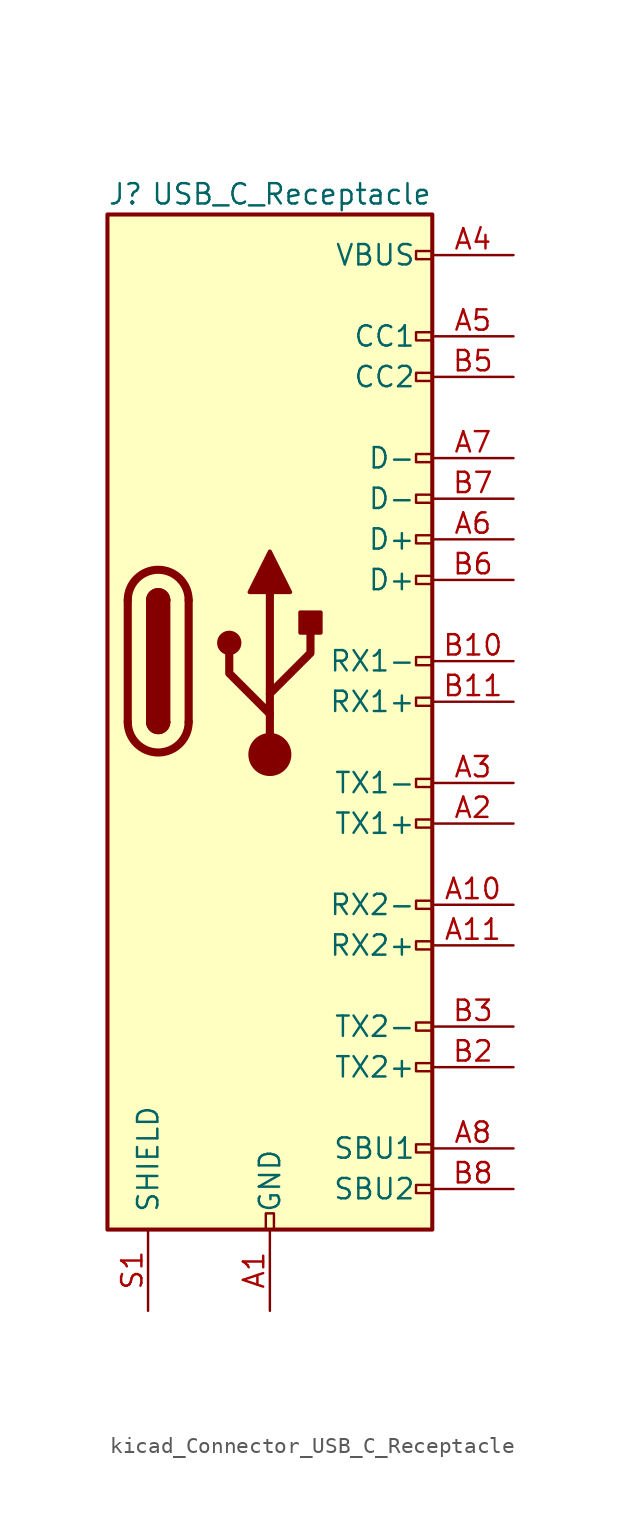
<source format=kicad_sym>
(kicad_symbol_lib
  (version 20220914)
  (generator kicad_symbol_editor)
  (symbol "kicad_Connector_USB_C_Receptacle"
    (pin_names
      (offset 1.016))
    (property "Reference" "J"
      (at -10.16 29.21 0)
      (effects (font (size 1.27 1.27)) (justify left)))
    (property "Value" "USB_C_Receptacle"
      (at 10.16 29.21 0)
      (effects (font (size 1.27 1.27)) (justify right)))
    (symbol "kicad_Connector_USB_C_Receptacle_0_0"
      (rectangle (start -0.254 -35.56) (end 0.254 -34.544) (stroke (width 0) (type default)) (fill (type none)))
      (rectangle (start 10.16 -32.766) (end 9.144 -33.274) (stroke (width 0) (type default)) (fill (type none)))
      (rectangle (start 10.16 -30.226) (end 9.144 -30.734) (stroke (width 0) (type default)) (fill (type none)))
      (rectangle (start 10.16 -25.146) (end 9.144 -25.654) (stroke (width 0) (type default)) (fill (type none)))
      (rectangle (start 10.16 -22.606) (end 9.144 -23.114) (stroke (width 0) (type default)) (fill (type none)))
      (rectangle (start 10.16 -17.526) (end 9.144 -18.034) (stroke (width 0) (type default)) (fill (type none)))
      (rectangle (start 10.16 -14.986) (end 9.144 -15.494) (stroke (width 0) (type default)) (fill (type none)))
      (rectangle (start 10.16 -9.906) (end 9.144 -10.414) (stroke (width 0) (type default)) (fill (type none)))
      (rectangle (start 10.16 -7.366) (end 9.144 -7.874) (stroke (width 0) (type default)) (fill (type none)))
      (rectangle (start 10.16 -2.286) (end 9.144 -2.794) (stroke (width 0) (type default)) (fill (type none)))
      (rectangle (start 10.16 0.254) (end 9.144 -0.254) (stroke (width 0) (type default)) (fill (type none)))
      (rectangle (start 10.16 5.334) (end 9.144 4.826) (stroke (width 0) (type default)) (fill (type none)))
      (rectangle (start 10.16 7.874) (end 9.144 7.366) (stroke (width 0) (type default)) (fill (type none)))
      (rectangle (start 10.16 10.414) (end 9.144 9.906) (stroke (width 0) (type default)) (fill (type none)))
      (rectangle (start 10.16 12.954) (end 9.144 12.446) (stroke (width 0) (type default)) (fill (type none)))
      (rectangle (start 10.16 18.034) (end 9.144 17.526) (stroke (width 0) (type default)) (fill (type none)))
      (rectangle (start 10.16 20.574) (end 9.144 20.066) (stroke (width 0) (type default)) (fill (type none)))
      (rectangle (start 10.16 25.654) (end 9.144 25.146) (stroke (width 0) (type default)) (fill (type none))))
    (symbol "kicad_Connector_USB_C_Receptacle_0_1"
      (rectangle (start -10.16 27.94) (end 10.16 -35.56) (stroke (width 0.254) (type default)) (fill (type background)))
      (arc (start -8.89 -3.81) (mid -6.985 -5.7067) (end -5.08 -3.81) (stroke (width 0.508) (type default)) (fill (type none)))
      (arc (start -7.62 -3.81) (mid -6.985 -4.4423) (end -6.35 -3.81) (stroke (width 0.254) (type default)) (fill (type none)))
      (arc (start -7.62 -3.81) (mid -6.985 -4.4423) (end -6.35 -3.81) (stroke (width 0.254) (type default)) (fill (type outline)))
      (rectangle (start -7.62 -3.81) (end -6.35 3.81) (stroke (width 0.254) (type default)) (fill (type outline)))
      (arc (start -6.35 3.81) (mid -6.985 4.4423) (end -7.62 3.81) (stroke (width 0.254) (type default)) (fill (type none)))
      (arc (start -6.35 3.81) (mid -6.985 4.4423) (end -7.62 3.81) (stroke (width 0.254) (type default)) (fill (type outline)))
      (arc (start -5.08 3.81) (mid -6.985 5.7067) (end -8.89 3.81) (stroke (width 0.508) (type default)) (fill (type none)))
      (polyline (pts (xy -8.89 -3.81) (xy -8.89 3.81)) (stroke (width 0.508) (type default)) (fill (type none)))
      (polyline (pts (xy -5.08 3.81) (xy -5.08 -3.81)) (stroke (width 0.508) (type default)) (fill (type none))))
    (symbol "kicad_Connector_USB_C_Receptacle_1_1"
      (circle (center -2.54 1.143) (radius 0.635) (stroke (width 0.254) (type default)) (fill (type outline)))
      (circle (center 0 -5.842) (radius 1.27) (stroke (width 0) (type default)) (fill (type outline)))
      (polyline (pts (xy 0 -5.842) (xy 0 4.318)) (stroke (width 0.508) (type default)) (fill (type none)))
      (polyline (pts (xy 0 -3.302) (xy -2.54 -0.762) (xy -2.54 0.508)) (stroke (width 0.508) (type default)) (fill (type none)))
      (polyline (pts (xy 0 -2.032) (xy 2.54 0.508) (xy 2.54 1.778)) (stroke (width 0.508) (type default)) (fill (type none)))
      (polyline (pts (xy -1.27 4.318) (xy 0 6.858) (xy 1.27 4.318) (xy -1.27 4.318)) (stroke (width 0.254) (type default)) (fill (type outline)))
      (rectangle (start 1.905 1.778) (end 3.175 3.048) (stroke (width 0.254) (type default)) (fill (type outline)))
      (pin passive line (at 0 -40.64 90) (length 5.08) (name "GND" (effects (font (size 1.27 1.27)))) (number "A1" (effects (font (size 1.27 1.27)))))
      (pin bidirectional line (at 15.24 -15.24 180) (length 5.08) (name "RX2-" (effects (font (size 1.27 1.27)))) (number "A10" (effects (font (size 1.27 1.27)))))
      (pin bidirectional line (at 15.24 -17.78 180) (length 5.08) (name "RX2+" (effects (font (size 1.27 1.27)))) (number "A11" (effects (font (size 1.27 1.27)))))
      (pin passive line (at 0 -40.64 90) (length 5.08) hide (name "GND" (effects (font (size 1.27 1.27)))) (number "A12" (effects (font (size 1.27 1.27)))))
      (pin bidirectional line (at 15.24 -10.16 180) (length 5.08) (name "TX1+" (effects (font (size 1.27 1.27)))) (number "A2" (effects (font (size 1.27 1.27)))))
      (pin bidirectional line (at 15.24 -7.62 180) (length 5.08) (name "TX1-" (effects (font (size 1.27 1.27)))) (number "A3" (effects (font (size 1.27 1.27)))))
      (pin passive line (at 15.24 25.4 180) (length 5.08) (name "VBUS" (effects (font (size 1.27 1.27)))) (number "A4" (effects (font (size 1.27 1.27)))))
      (pin bidirectional line (at 15.24 20.32 180) (length 5.08) (name "CC1" (effects (font (size 1.27 1.27)))) (number "A5" (effects (font (size 1.27 1.27)))))
      (pin bidirectional line (at 15.24 7.62 180) (length 5.08) (name "D+" (effects (font (size 1.27 1.27)))) (number "A6" (effects (font (size 1.27 1.27)))))
      (pin bidirectional line (at 15.24 12.7 180) (length 5.08) (name "D-" (effects (font (size 1.27 1.27)))) (number "A7" (effects (font (size 1.27 1.27)))))
      (pin bidirectional line (at 15.24 -30.48 180) (length 5.08) (name "SBU1" (effects (font (size 1.27 1.27)))) (number "A8" (effects (font (size 1.27 1.27)))))
      (pin passive line (at 15.24 25.4 180) (length 5.08) hide (name "VBUS" (effects (font (size 1.27 1.27)))) (number "A9" (effects (font (size 1.27 1.27)))))
      (pin passive line (at 0 -40.64 90) (length 5.08) hide (name "GND" (effects (font (size 1.27 1.27)))) (number "B1" (effects (font (size 1.27 1.27)))))
      (pin bidirectional line (at 15.24 0 180) (length 5.08) (name "RX1-" (effects (font (size 1.27 1.27)))) (number "B10" (effects (font (size 1.27 1.27)))))
      (pin bidirectional line (at 15.24 -2.54 180) (length 5.08) (name "RX1+" (effects (font (size 1.27 1.27)))) (number "B11" (effects (font (size 1.27 1.27)))))
      (pin passive line (at 0 -40.64 90) (length 5.08) hide (name "GND" (effects (font (size 1.27 1.27)))) (number "B12" (effects (font (size 1.27 1.27)))))
      (pin bidirectional line (at 15.24 -25.4 180) (length 5.08) (name "TX2+" (effects (font (size 1.27 1.27)))) (number "B2" (effects (font (size 1.27 1.27)))))
      (pin bidirectional line (at 15.24 -22.86 180) (length 5.08) (name "TX2-" (effects (font (size 1.27 1.27)))) (number "B3" (effects (font (size 1.27 1.27)))))
      (pin passive line (at 15.24 25.4 180) (length 5.08) hide (name "VBUS" (effects (font (size 1.27 1.27)))) (number "B4" (effects (font (size 1.27 1.27)))))
      (pin bidirectional line (at 15.24 17.78 180) (length 5.08) (name "CC2" (effects (font (size 1.27 1.27)))) (number "B5" (effects (font (size 1.27 1.27)))))
      (pin bidirectional line (at 15.24 5.08 180) (length 5.08) (name "D+" (effects (font (size 1.27 1.27)))) (number "B6" (effects (font (size 1.27 1.27)))))
      (pin bidirectional line (at 15.24 10.16 180) (length 5.08) (name "D-" (effects (font (size 1.27 1.27)))) (number "B7" (effects (font (size 1.27 1.27)))))
      (pin bidirectional line (at 15.24 -33.02 180) (length 5.08) (name "SBU2" (effects (font (size 1.27 1.27)))) (number "B8" (effects (font (size 1.27 1.27)))))
      (pin passive line (at 15.24 25.4 180) (length 5.08) hide (name "VBUS" (effects (font (size 1.27 1.27)))) (number "B9" (effects (font (size 1.27 1.27)))))
      (pin passive line (at -7.62 -40.64 90) (length 5.08) (name "SHIELD" (effects (font (size 1.27 1.27)))) (number "S1" (effects (font (size 1.27 1.27))))))))
</source>
